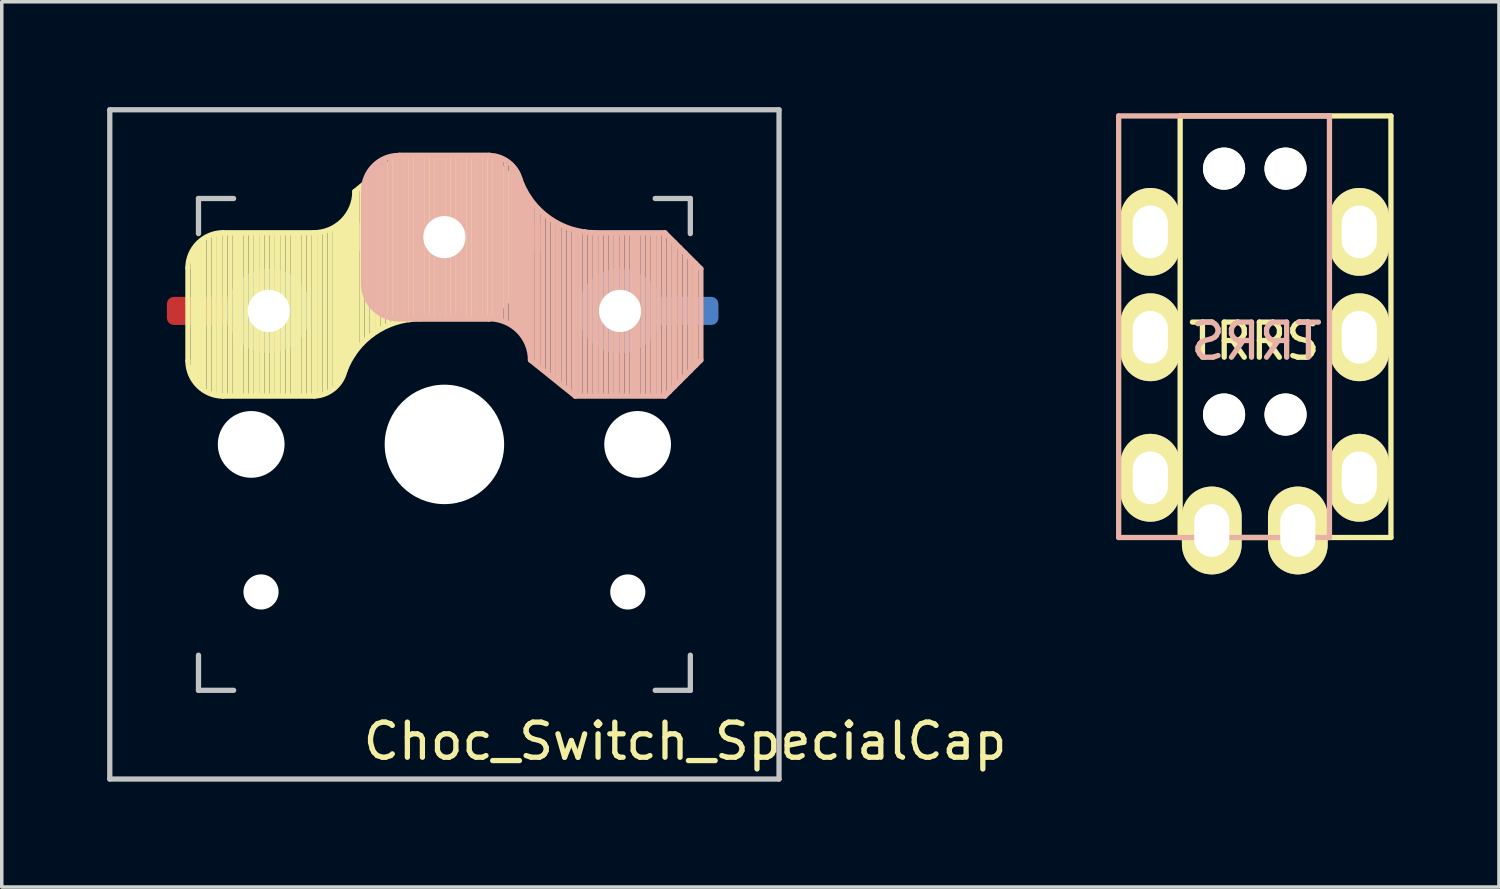
<source format=kicad_pcb>
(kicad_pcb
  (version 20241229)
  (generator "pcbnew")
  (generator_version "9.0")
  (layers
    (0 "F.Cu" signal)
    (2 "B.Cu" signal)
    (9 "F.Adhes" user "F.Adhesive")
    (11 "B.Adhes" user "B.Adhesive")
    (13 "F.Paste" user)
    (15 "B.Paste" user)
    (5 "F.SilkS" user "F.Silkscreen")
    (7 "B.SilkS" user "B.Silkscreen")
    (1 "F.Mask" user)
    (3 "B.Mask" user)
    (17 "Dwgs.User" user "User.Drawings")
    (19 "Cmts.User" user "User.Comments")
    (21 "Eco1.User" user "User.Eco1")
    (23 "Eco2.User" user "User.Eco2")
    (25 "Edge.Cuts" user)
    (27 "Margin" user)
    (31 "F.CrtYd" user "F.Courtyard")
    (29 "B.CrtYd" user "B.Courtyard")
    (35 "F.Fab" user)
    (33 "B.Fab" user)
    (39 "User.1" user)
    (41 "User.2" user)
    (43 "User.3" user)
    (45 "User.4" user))
  (footprint "TRRS"
    (layer "F.Cu")
    (at 33.543 0.25)
    (property "Reference" "TRRS" (at -0.889 6.413 0) (layer "F.SilkS") (effects (font (size 1 1) (thickness 0.15))))
    (attr through_hole)
    (fp_line (start -3 0) (end 3 0) (stroke (width 0.15) (type solid)) (layer "F.SilkS"))
    (fp_line (start -3 12) (end -3 0) (stroke (width 0.15) (type solid)) (layer "F.SilkS"))
    (fp_line (start 3 0) (end 3 12) (stroke (width 0.15) (type solid)) (layer "F.SilkS"))
    (fp_line (start 3 12) (end -3 12) (stroke (width 0.15) (type solid)) (layer "F.SilkS"))
    (fp_line (start -4.75 0) (end 1.25 0) (stroke (width 0.15) (type solid)) (layer "B.SilkS"))
    (fp_line (start -4.75 12) (end -4.75 0) (stroke (width 0.15) (type solid)) (layer "B.SilkS"))
    (fp_line (start 1.25 0) (end 1.25 12) (stroke (width 0.15) (type solid)) (layer "B.SilkS"))
    (fp_line (start 1.25 12) (end -4.75 12) (stroke (width 0.15) (type solid)) (layer "B.SilkS"))
    (fp_text user "TRRS" (at -0.826 6.413 0) (layer "B.SilkS") (effects (font (size 1 1) (thickness 0.15)) (justify mirror)))
    (pad "" np_thru_hole circle (at -1.75 1.5) (size 1.2 1.2) (drill 1.2) (layers "*.Cu" "*.Mask" "F.SilkS"))
    (pad "" np_thru_hole circle (at -1.75 8.5) (size 1.2 1.2) (drill 1.2) (layers "*.Cu" "*.Mask" "F.SilkS"))
    (pad "" np_thru_hole circle (at 0 1.5) (size 1.2 1.2) (drill 1.2) (layers "*.Cu" "*.Mask" "F.SilkS"))
    (pad "" np_thru_hole circle (at 0 8.5) (size 1.2 1.2) (drill 1.2) (layers "*.Cu" "*.Mask" "F.SilkS"))
    (pad "A" thru_hole oval (at -2.1 11.8) (size 1.7 2.5) (drill oval 1 1.5) (layers "*.Cu" "*.Mask" "F.SilkS"))
    (pad "A" thru_hole oval (at 0.35 11.8) (size 1.7 2.5) (drill oval 1 1.5) (layers "*.Cu" "*.Mask" "F.SilkS"))
    (pad "B" thru_hole oval (at -3.85 3.3) (size 1.7 2.5) (drill oval 1 1.5) (layers "*.Cu" "*.Mask" "F.SilkS"))
    (pad "B" thru_hole oval (at 2.1 3.3) (size 1.7 2.5) (drill oval 1 1.5) (layers "*.Cu" "*.Mask" "F.SilkS"))
    (pad "C" thru_hole oval (at -3.85 6.3) (size 1.7 2.5) (drill oval 1 1.5) (layers "*.Cu" "*.Mask" "F.SilkS"))
    (pad "C" thru_hole oval (at 2.1 6.3) (size 1.7 2.5) (drill oval 1 1.5) (layers "*.Cu" "*.Mask" "F.SilkS"))
    (pad "D" thru_hole oval (at -3.85 10.3) (size 1.7 2.5) (drill oval 1 1.5) (layers "*.Cu" "*.Mask" "F.SilkS"))
    (pad "D" thru_hole oval (at 2.1 10.3) (size 1.7 2.5) (drill oval 1 1.5) (layers "*.Cu" "*.Mask" "F.SilkS")))
  (footprint "Choc_Switch_SpecialCap"
    (layer "F.Cu")
    (at 9.6 9.6)
    (property "Reference" "Choc_Switch_SpecialCap" (at 6.85 8.45 180) (layer "F.SilkS") (effects (font (size 1 1) (thickness 0.15))))
    (attr through_hole)
    (fp_line (start -7.3 -5.025) (end -7.3 -2.375) (stroke (width 0.15) (type solid)) (layer "F.SilkS"))
    (fp_line (start -7.15 -1.95) (end -7.15 -5.5) (stroke (width 0.15) (type solid)) (layer "F.SilkS"))
    (fp_line (start -7.05 -1.8) (end -7.05 -5.55) (stroke (width 0.15) (type solid)) (layer "F.SilkS"))
    (fp_line (start -6.95 -1.7) (end -6.95 -5.65) (stroke (width 0.15) (type solid)) (layer "F.SilkS"))
    (fp_line (start -6.85 -1.6) (end -6.85 -5.8) (stroke (width 0.15) (type solid)) (layer "F.SilkS"))
    (fp_line (start -6.7 -1.5) (end -6.7 -5.9) (stroke (width 0.15) (type solid)) (layer "F.SilkS"))
    (fp_line (start -6.55 -1.45) (end -6.55 -5.95) (stroke (width 0.15) (type solid)) (layer "F.SilkS"))
    (fp_line (start -6.4 -1.4) (end -6.4 -5.95) (stroke (width 0.15) (type solid)) (layer "F.SilkS"))
    (fp_line (start -6.3 -6.025) (end -3.725 -6.025) (stroke (width 0.15) (type solid)) (layer "F.SilkS"))
    (fp_line (start -6.3 -1.375) (end -3.7 -1.375) (stroke (width 0.15) (type solid)) (layer "F.SilkS"))
    (fp_line (start -6.25 -1.4) (end -6.25 -6) (stroke (width 0.15) (type solid)) (layer "F.SilkS"))
    (fp_line (start -6.1 -1.4) (end -6.1 -6) (stroke (width 0.15) (type solid)) (layer "F.SilkS"))
    (fp_line (start -5.95 -1.4) (end -5.95 -6) (stroke (width 0.15) (type solid)) (layer "F.SilkS"))
    (fp_line (start -5.8 -1.4) (end -5.8 -6) (stroke (width 0.15) (type solid)) (layer "F.SilkS"))
    (fp_line (start -5.65 -1.4) (end -5.65 -6) (stroke (width 0.15) (type solid)) (layer "F.SilkS"))
    (fp_line (start -5.5 -1.4) (end -5.5 -6) (stroke (width 0.15) (type solid)) (layer "F.SilkS"))
    (fp_line (start -5.35 -1.4) (end -5.35 -6) (stroke (width 0.15) (type solid)) (layer "F.SilkS"))
    (fp_line (start -5.2 -1.4) (end -5.2 -6) (stroke (width 0.15) (type solid)) (layer "F.SilkS"))
    (fp_line (start -5.05 -1.4) (end -5.05 -6) (stroke (width 0.15) (type solid)) (layer "F.SilkS"))
    (fp_line (start -4.9 -1.4) (end -4.9 -6) (stroke (width 0.15) (type solid)) (layer "F.SilkS"))
    (fp_line (start -4.75 -1.4) (end -4.75 -6) (stroke (width 0.15) (type solid)) (layer "F.SilkS"))
    (fp_line (start -4.6 -1.4) (end -4.6 -6) (stroke (width 0.15) (type solid)) (layer "F.SilkS"))
    (fp_line (start -4.45 -1.4) (end -4.45 -6) (stroke (width 0.15) (type solid)) (layer "F.SilkS"))
    (fp_line (start -4.3 -1.4) (end -4.3 -6) (stroke (width 0.15) (type solid)) (layer "F.SilkS"))
    (fp_line (start -4.15 -1.4) (end -4.15 -6) (stroke (width 0.15) (type solid)) (layer "F.SilkS"))
    (fp_line (start -4 -1.4) (end -4 -6) (stroke (width 0.15) (type solid)) (layer "F.SilkS"))
    (fp_line (start -3.85 -1.4) (end -3.85 -5.95) (stroke (width 0.15) (type solid)) (layer "F.SilkS"))
    (fp_line (start -3.7 -1.4) (end -3.7 -6) (stroke (width 0.15) (type solid)) (layer "F.SilkS"))
    (fp_line (start -3.55 -1.4) (end -3.55 -6) (stroke (width 0.15) (type solid)) (layer "F.SilkS"))
    (fp_line (start -3.4 -1.45) (end -3.4 -6) (stroke (width 0.15) (type solid)) (layer "F.SilkS"))
    (fp_line (start -3.25 -1.55) (end -3.25 -6.1) (stroke (width 0.15) (type solid)) (layer "F.SilkS"))
    (fp_line (start -3.1 -1.65) (end -3.1 -6.15) (stroke (width 0.15) (type solid)) (layer "F.SilkS"))
    (fp_line (start -3 -1.8) (end -3 -6.2) (stroke (width 0.15) (type solid)) (layer "F.SilkS"))
    (fp_line (start -2.9 -2.05) (end -2.9 -6.25) (stroke (width 0.15) (type solid)) (layer "F.SilkS"))
    (fp_line (start -2.8 -2.2) (end -2.8 -6.35) (stroke (width 0.15) (type solid)) (layer "F.SilkS"))
    (fp_line (start -2.7 -2.4) (end -2.7 -6.55) (stroke (width 0.15) (type solid)) (layer "F.SilkS"))
    (fp_line (start -2.6 -2.55) (end -2.6 -6.7) (stroke (width 0.15) (type solid)) (layer "F.SilkS"))
    (fp_line (start -2.5 -2.75) (end -2.5 -7.2) (stroke (width 0.15) (type solid)) (layer "F.SilkS"))
    (fp_line (start -2.35 -2.9) (end -2.35 -7.35) (stroke (width 0.15) (type solid)) (layer "F.SilkS"))
    (fp_line (start -2.2 -3.05) (end -2.2 -7.45) (stroke (width 0.15) (type solid)) (layer "F.SilkS"))
    (fp_line (start -2.05 -3.15) (end -2.05 -7.55) (stroke (width 0.15) (type solid)) (layer "F.SilkS"))
    (fp_line (start -1.9 -3.25) (end -1.9 -7.7) (stroke (width 0.15) (type solid)) (layer "F.SilkS"))
    (fp_line (start -1.75 -3.35) (end -1.75 -7.8) (stroke (width 0.15) (type solid)) (layer "F.SilkS"))
    (fp_line (start -1.6 -3.4) (end -1.6 -7.95) (stroke (width 0.15) (type solid)) (layer "F.SilkS"))
    (fp_line (start -1.45 -3.5) (end -1.45 -8.05) (stroke (width 0.15) (type solid)) (layer "F.SilkS"))
    (fp_line (start -1.3 -3.55) (end -1.3 -8.15) (stroke (width 0.15) (type solid)) (layer "F.SilkS"))
    (fp_line (start -1.275 -8.225) (end -2.55 -7.2) (stroke (width 0.15) (type solid)) (layer "F.SilkS"))
    (fp_line (start -1.275 -8.225) (end 1.275 -8.225) (stroke (width 0.15) (type solid)) (layer "F.SilkS"))
    (fp_line (start -1.15 -3.55) (end -1.15 -8.2) (stroke (width 0.15) (type solid)) (layer "F.SilkS"))
    (fp_line (start -1 -3.55) (end -1 -8.2) (stroke (width 0.15) (type solid)) (layer "F.SilkS"))
    (fp_line (start -0.85 -3.6) (end -0.85 -8.15) (stroke (width 0.15) (type solid)) (layer "F.SilkS"))
    (fp_line (start -0.7 -3.6) (end -0.7 -8.2) (stroke (width 0.15) (type solid)) (layer "F.SilkS"))
    (fp_line (start -0.7 -3.575) (end 1.275 -3.575) (stroke (width 0.15) (type solid)) (layer "F.SilkS"))
    (fp_line (start -0.55 -3.6) (end -0.55 -8.2) (stroke (width 0.15) (type solid)) (layer "F.SilkS"))
    (fp_line (start -0.4 -3.6) (end -0.4 -8.2) (stroke (width 0.15) (type solid)) (layer "F.SilkS"))
    (fp_line (start -0.25 -3.6) (end -0.25 -8.2) (stroke (width 0.15) (type solid)) (layer "F.SilkS"))
    (fp_line (start -0.1 -3.6) (end -0.1 -8.2) (stroke (width 0.15) (type solid)) (layer "F.SilkS"))
    (fp_line (start 0.05 -3.6) (end 0.05 -8.2) (stroke (width 0.15) (type solid)) (layer "F.SilkS"))
    (fp_line (start 0.2 -3.6) (end 0.2 -8.2) (stroke (width 0.15) (type solid)) (layer "F.SilkS"))
    (fp_line (start 0.35 -3.6) (end 0.35 -8.2) (stroke (width 0.15) (type solid)) (layer "F.SilkS"))
    (fp_line (start 0.5 -3.6) (end 0.5 -8.2) (stroke (width 0.15) (type solid)) (layer "F.SilkS"))
    (fp_line (start 0.65 -3.6) (end 0.65 -8.2) (stroke (width 0.15) (type solid)) (layer "F.SilkS"))
    (fp_line (start 0.8 -3.6) (end 0.8 -8.2) (stroke (width 0.15) (type solid)) (layer "F.SilkS"))
    (fp_line (start 0.95 -3.6) (end 0.95 -8.2) (stroke (width 0.15) (type solid)) (layer "F.SilkS"))
    (fp_line (start 1.1 -3.6) (end 1.1 -8.2) (stroke (width 0.15) (type solid)) (layer "F.SilkS"))
    (fp_line (start 1.25 -3.6) (end 1.25 -8.2) (stroke (width 0.15) (type solid)) (layer "F.SilkS"))
    (fp_line (start 1.4 -3.75) (end 1.4 -8.1) (stroke (width 0.15) (type solid)) (layer "F.SilkS"))
    (fp_line (start 1.55 -3.85) (end 1.55 -7.95) (stroke (width 0.15) (type solid)) (layer "F.SilkS"))
    (fp_line (start 1.7 -4) (end 1.7 -7.8) (stroke (width 0.15) (type solid)) (layer "F.SilkS"))
    (fp_line (start 1.85 -4.15) (end 1.85 -7.65) (stroke (width 0.15) (type solid)) (layer "F.SilkS"))
    (fp_line (start 2 -4.35) (end 2 -7.5) (stroke (width 0.15) (type solid)) (layer "F.SilkS"))
    (fp_line (start 2.15 -4.45) (end 2.15 -7.35) (stroke (width 0.15) (type solid)) (layer "F.SilkS"))
    (fp_line (start 2.3 -7.2) (end 1.275 -8.225) (stroke (width 0.15) (type solid)) (layer "F.SilkS"))
    (fp_line (start 2.3 -7.2) (end 2.3 -4.6) (stroke (width 0.15) (type solid)) (layer "F.SilkS"))
    (fp_line (start 2.3 -4.6) (end 1.275 -3.575) (stroke (width 0.15) (type solid)) (layer "F.SilkS"))
    (fp_arc (start -7.3 -5.025) (mid -7.007107 -5.732107) (end -6.3 -6.025) (stroke (width 0.15) (type solid)) (layer "F.SilkS"))
    (fp_arc (start -6.3 -1.375) (mid -7.007107 -1.667893) (end -7.3 -2.375) (stroke (width 0.15) (type solid)) (layer "F.SilkS"))
    (fp_arc (start -2.837801 -2.078096) (mid -3.151716 -1.583979) (end -3.699005 -1.376209) (stroke (width 0.15) (type solid)) (layer "F.SilkS"))
    (fp_arc (start -2.837801 -2.078096) (mid -2.004887 -3.163571) (end -0.7 -3.575) (stroke (width 0.15) (type solid)) (layer "F.SilkS"))
    (fp_arc (start -2.55 -7.2) (mid -2.89415 -6.36915) (end -3.725 -6.025) (stroke (width 0.15) (type solid)) (layer "F.SilkS"))
    (fp_line (start -2.3 -4.575) (end -2.3 -7.225) (stroke (width 0.15) (type solid)) (layer "B.SilkS"))
    (fp_line (start -2.15 -7.65) (end -2.15 -4.1) (stroke (width 0.15) (type solid)) (layer "B.SilkS"))
    (fp_line (start -2.05 -7.8) (end -2.05 -4.05) (stroke (width 0.15) (type solid)) (layer "B.SilkS"))
    (fp_line (start -1.95 -7.9) (end -1.95 -3.95) (stroke (width 0.15) (type solid)) (layer "B.SilkS"))
    (fp_line (start -1.85 -8) (end -1.85 -3.8) (stroke (width 0.15) (type solid)) (layer "B.SilkS"))
    (fp_line (start -1.7 -8.1) (end -1.7 -3.7) (stroke (width 0.15) (type solid)) (layer "B.SilkS"))
    (fp_line (start -1.55 -8.15) (end -1.55 -3.65) (stroke (width 0.15) (type solid)) (layer "B.SilkS"))
    (fp_line (start -1.4 -8.2) (end -1.4 -3.65) (stroke (width 0.15) (type solid)) (layer "B.SilkS"))
    (fp_line (start -1.3 -8.225) (end 1.3 -8.225) (stroke (width 0.15) (type solid)) (layer "B.SilkS"))
    (fp_line (start -1.3 -3.575) (end 1.275 -3.575) (stroke (width 0.15) (type solid)) (layer "B.SilkS"))
    (fp_line (start -1.25 -8.2) (end -1.25 -3.6) (stroke (width 0.15) (type solid)) (layer "B.SilkS"))
    (fp_line (start -1.1 -8.2) (end -1.1 -3.6) (stroke (width 0.15) (type solid)) (layer "B.SilkS"))
    (fp_line (start -0.95 -8.2) (end -0.95 -3.6) (stroke (width 0.15) (type solid)) (layer "B.SilkS"))
    (fp_line (start -0.8 -8.2) (end -0.8 -3.6) (stroke (width 0.15) (type solid)) (layer "B.SilkS"))
    (fp_line (start -0.65 -8.2) (end -0.65 -3.6) (stroke (width 0.15) (type solid)) (layer "B.SilkS"))
    (fp_line (start -0.5 -8.2) (end -0.5 -3.6) (stroke (width 0.15) (type solid)) (layer "B.SilkS"))
    (fp_line (start -0.35 -8.2) (end -0.35 -3.6) (stroke (width 0.15) (type solid)) (layer "B.SilkS"))
    (fp_line (start -0.2 -8.2) (end -0.2 -3.6) (stroke (width 0.15) (type solid)) (layer "B.SilkS"))
    (fp_line (start -0.05 -8.2) (end -0.05 -3.6) (stroke (width 0.15) (type solid)) (layer "B.SilkS"))
    (fp_line (start 0.1 -8.2) (end 0.1 -3.6) (stroke (width 0.15) (type solid)) (layer "B.SilkS"))
    (fp_line (start 0.25 -8.2) (end 0.25 -3.6) (stroke (width 0.15) (type solid)) (layer "B.SilkS"))
    (fp_line (start 0.4 -8.2) (end 0.4 -3.6) (stroke (width 0.15) (type solid)) (layer "B.SilkS"))
    (fp_line (start 0.55 -8.2) (end 0.55 -3.6) (stroke (width 0.15) (type solid)) (layer "B.SilkS"))
    (fp_line (start 0.7 -8.2) (end 0.7 -3.6) (stroke (width 0.15) (type solid)) (layer "B.SilkS"))
    (fp_line (start 0.85 -8.2) (end 0.85 -3.6) (stroke (width 0.15) (type solid)) (layer "B.SilkS"))
    (fp_line (start 1 -8.2) (end 1 -3.6) (stroke (width 0.15) (type solid)) (layer "B.SilkS"))
    (fp_line (start 1.15 -8.2) (end 1.15 -3.65) (stroke (width 0.15) (type solid)) (layer "B.SilkS"))
    (fp_line (start 1.3 -8.2) (end 1.3 -3.6) (stroke (width 0.15) (type solid)) (layer "B.SilkS"))
    (fp_line (start 1.45 -8.2) (end 1.45 -3.6) (stroke (width 0.15) (type solid)) (layer "B.SilkS"))
    (fp_line (start 1.6 -8.15) (end 1.6 -3.6) (stroke (width 0.15) (type solid)) (layer "B.SilkS"))
    (fp_line (start 1.75 -8.05) (end 1.75 -3.5) (stroke (width 0.15) (type solid)) (layer "B.SilkS"))
    (fp_line (start 1.9 -7.95) (end 1.9 -3.45) (stroke (width 0.15) (type solid)) (layer "B.SilkS"))
    (fp_line (start 2 -7.8) (end 2 -3.4) (stroke (width 0.15) (type solid)) (layer "B.SilkS"))
    (fp_line (start 2.1 -7.55) (end 2.1 -3.35) (stroke (width 0.15) (type solid)) (layer "B.SilkS"))
    (fp_line (start 2.2 -7.4) (end 2.2 -3.25) (stroke (width 0.15) (type solid)) (layer "B.SilkS"))
    (fp_line (start 2.3 -7.2) (end 2.3 -3.05) (stroke (width 0.15) (type solid)) (layer "B.SilkS"))
    (fp_line (start 2.4 -7.05) (end 2.4 -2.9) (stroke (width 0.15) (type solid)) (layer "B.SilkS"))
    (fp_line (start 2.5 -6.85) (end 2.5 -2.4) (stroke (width 0.15) (type solid)) (layer "B.SilkS"))
    (fp_line (start 2.65 -6.7) (end 2.65 -2.25) (stroke (width 0.15) (type solid)) (layer "B.SilkS"))
    (fp_line (start 2.8 -6.55) (end 2.8 -2.15) (stroke (width 0.15) (type solid)) (layer "B.SilkS"))
    (fp_line (start 2.95 -6.45) (end 2.95 -2.05) (stroke (width 0.15) (type solid)) (layer "B.SilkS"))
    (fp_line (start 3.1 -6.35) (end 3.1 -1.9) (stroke (width 0.15) (type solid)) (layer "B.SilkS"))
    (fp_line (start 3.25 -6.25) (end 3.25 -1.8) (stroke (width 0.15) (type solid)) (layer "B.SilkS"))
    (fp_line (start 3.4 -6.2) (end 3.4 -1.65) (stroke (width 0.15) (type solid)) (layer "B.SilkS"))
    (fp_line (start 3.55 -6.1) (end 3.55 -1.55) (stroke (width 0.15) (type solid)) (layer "B.SilkS"))
    (fp_line (start 3.7 -6.05) (end 3.7 -1.45) (stroke (width 0.15) (type solid)) (layer "B.SilkS"))
    (fp_line (start 3.725 -1.375) (end 2.45 -2.4) (stroke (width 0.15) (type solid)) (layer "B.SilkS"))
    (fp_line (start 3.725 -1.375) (end 6.275 -1.375) (stroke (width 0.15) (type solid)) (layer "B.SilkS"))
    (fp_line (start 3.85 -6.05) (end 3.85 -1.4) (stroke (width 0.15) (type solid)) (layer "B.SilkS"))
    (fp_line (start 4 -6.05) (end 4 -1.4) (stroke (width 0.15) (type solid)) (layer "B.SilkS"))
    (fp_line (start 4.15 -6) (end 4.15 -1.45) (stroke (width 0.15) (type solid)) (layer "B.SilkS"))
    (fp_line (start 4.3 -6.025) (end 6.275 -6.025) (stroke (width 0.15) (type solid)) (layer "B.SilkS"))
    (fp_line (start 4.3 -6) (end 4.3 -1.4) (stroke (width 0.15) (type solid)) (layer "B.SilkS"))
    (fp_line (start 4.45 -6) (end 4.45 -1.4) (stroke (width 0.15) (type solid)) (layer "B.SilkS"))
    (fp_line (start 4.6 -6) (end 4.6 -1.4) (stroke (width 0.15) (type solid)) (layer "B.SilkS"))
    (fp_line (start 4.75 -6) (end 4.75 -1.4) (stroke (width 0.15) (type solid)) (layer "B.SilkS"))
    (fp_line (start 4.9 -6) (end 4.9 -1.4) (stroke (width 0.15) (type solid)) (layer "B.SilkS"))
    (fp_line (start 5.05 -6) (end 5.05 -1.4) (stroke (width 0.15) (type solid)) (layer "B.SilkS"))
    (fp_line (start 5.2 -6) (end 5.2 -1.4) (stroke (width 0.15) (type solid)) (layer "B.SilkS"))
    (fp_line (start 5.35 -6) (end 5.35 -1.4) (stroke (width 0.15) (type solid)) (layer "B.SilkS"))
    (fp_line (start 5.5 -6) (end 5.5 -1.4) (stroke (width 0.15) (type solid)) (layer "B.SilkS"))
    (fp_line (start 5.65 -6) (end 5.65 -1.4) (stroke (width 0.15) (type solid)) (layer "B.SilkS"))
    (fp_line (start 5.8 -6) (end 5.8 -1.4) (stroke (width 0.15) (type solid)) (layer "B.SilkS"))
    (fp_line (start 5.95 -6) (end 5.95 -1.4) (stroke (width 0.15) (type solid)) (layer "B.SilkS"))
    (fp_line (start 6.1 -6) (end 6.1 -1.4) (stroke (width 0.15) (type solid)) (layer "B.SilkS"))
    (fp_line (start 6.25 -6) (end 6.25 -1.4) (stroke (width 0.15) (type solid)) (layer "B.SilkS"))
    (fp_line (start 6.4 -5.85) (end 6.4 -1.5) (stroke (width 0.15) (type solid)) (layer "B.SilkS"))
    (fp_line (start 6.55 -5.75) (end 6.55 -1.65) (stroke (width 0.15) (type solid)) (layer "B.SilkS"))
    (fp_line (start 6.7 -5.6) (end 6.7 -1.8) (stroke (width 0.15) (type solid)) (layer "B.SilkS"))
    (fp_line (start 6.85 -5.45) (end 6.85 -1.95) (stroke (width 0.15) (type solid)) (layer "B.SilkS"))
    (fp_line (start 7 -5.25) (end 7 -2.1) (stroke (width 0.15) (type solid)) (layer "B.SilkS"))
    (fp_line (start 7.15 -5.15) (end 7.15 -2.25) (stroke (width 0.15) (type solid)) (layer "B.SilkS"))
    (fp_line (start 7.3 -5) (end 6.275 -6.025) (stroke (width 0.15) (type solid)) (layer "B.SilkS"))
    (fp_line (start 7.3 -2.4) (end 6.275 -1.375) (stroke (width 0.15) (type solid)) (layer "B.SilkS"))
    (fp_line (start 7.3 -2.4) (end 7.3 -5) (stroke (width 0.15) (type solid)) (layer "B.SilkS"))
    (fp_arc (start -2.3 -7.225) (mid -2.007107 -7.932107) (end -1.3 -8.225) (stroke (width 0.15) (type solid)) (layer "B.SilkS"))
    (fp_arc (start -1.3 -3.575) (mid -2.007107 -3.867893) (end -2.3 -4.575) (stroke (width 0.15) (type solid)) (layer "B.SilkS"))
    (fp_arc (start 1.275 -3.575) (mid 2.10585 -3.23085) (end 2.45 -2.4) (stroke (width 0.15) (type solid)) (layer "B.SilkS"))
    (fp_arc (start 1.300995 -8.223791) (mid 1.848284 -8.016021) (end 2.162199 -7.521904) (stroke (width 0.15) (type solid)) (layer "B.SilkS"))
    (fp_arc (start 4.3 -6.025) (mid 2.995114 -6.436429) (end 2.162199 -7.521904) (stroke (width 0.15) (type solid)) (layer "B.SilkS"))
    (fp_line (start -9.525 -9.525) (end 9.525 -9.525) (stroke (width 0.15) (type solid)) (layer "Dwgs.User"))
    (fp_line (start -9.525 9.525) (end -9.525 -9.525) (stroke (width 0.15) (type solid)) (layer "Dwgs.User"))
    (fp_line (start -7 -7) (end -7 -6) (stroke (width 0.15) (type solid)) (layer "Dwgs.User"))
    (fp_line (start -7 6) (end -7 7) (stroke (width 0.15) (type solid)) (layer "Dwgs.User"))
    (fp_line (start -7 7) (end -6 7) (stroke (width 0.15) (type solid)) (layer "Dwgs.User"))
    (fp_line (start -6 -7) (end -7 -7) (stroke (width 0.15) (type solid)) (layer "Dwgs.User"))
    (fp_line (start 6 -7) (end 7 -7) (stroke (width 0.15) (type solid)) (layer "Dwgs.User"))
    (fp_line (start 7 -7) (end 7 -6) (stroke (width 0.15) (type solid)) (layer "Dwgs.User"))
    (fp_line (start 7 6) (end 7 7) (stroke (width 0.15) (type solid)) (layer "Dwgs.User"))
    (fp_line (start 7 7) (end 6 7) (stroke (width 0.15) (type solid)) (layer "Dwgs.User"))
    (fp_line (start 9.525 -9.525) (end 9.525 9.525) (stroke (width 0.15) (type solid)) (layer "Dwgs.User"))
    (fp_line (start 9.525 9.525) (end -9.525 9.525) (stroke (width 0.15) (type solid)) (layer "Dwgs.User"))
    (pad "" np_thru_hole circle (at -5.5 0 270) (size 1.9 1.9) (drill 1.9) (layers "*.Cu" "*.Mask"))
    (pad "" np_thru_hole circle (at -5.22 4.2) (size 1 1) (drill 1) (layers "*.Cu" "*.Mask"))
    (pad "" np_thru_hole circle (at 0 0 270) (size 3.4 3.4) (drill 3.4) (layers "*.Cu" "*.Mask"))
    (pad "" np_thru_hole circle (at 5.22 4.2) (size 1 1) (drill 1) (layers "*.Cu" "*.Mask"))
    (pad "" np_thru_hole circle (at 5.5 0 270) (size 1.9 1.9) (drill 1.9) (layers "*.Cu" "*.Mask"))
    (pad "1" connect roundrect (at -7.9 -3.7) (size 3.2 0.8) (drill (offset 1.6 -0.1)) (layers "F.Cu") (roundrect_rratio 0.25))
    (pad "1" thru_hole circle (at -5 -3.8 90) (size 2.4 2.4) (drill 1.2) (layers "*.Cu" "*.Mask"))
    (pad "1" thru_hole circle (at 5 -3.8 270) (size 2.4 2.4) (drill 1.2) (layers "*.Cu" "*.Mask"))
    (pad "1" connect roundrect (at 7.8 -3.7) (size 3 0.8) (drill (offset -1.5 -0.1)) (layers "B.Cu") (roundrect_rratio 0.25))
    (pad "2" connect roundrect (at -2.8 -5.9) (size 3 0.8) (drill (offset 1.5 0)) (layers "B.Cu") (roundrect_rratio 0.25))
    (pad "2" thru_hole circle (at 0 -5.9 270) (size 2.4 2.4) (drill 1.2) (layers "*.Cu" "*.Mask"))
    (pad "2" connect roundrect (at 2.8 -5.9) (size 3 0.8) (drill (offset -1.45 0)) (layers "F.Cu") (roundrect_rratio 0.25)))
  (gr_rect
    (start -3 -3)
    (end 39.618 22.2)
    (stroke (width 0.1) (type default))
    (fill no)
    (layer "Edge.Cuts")))
</source>
